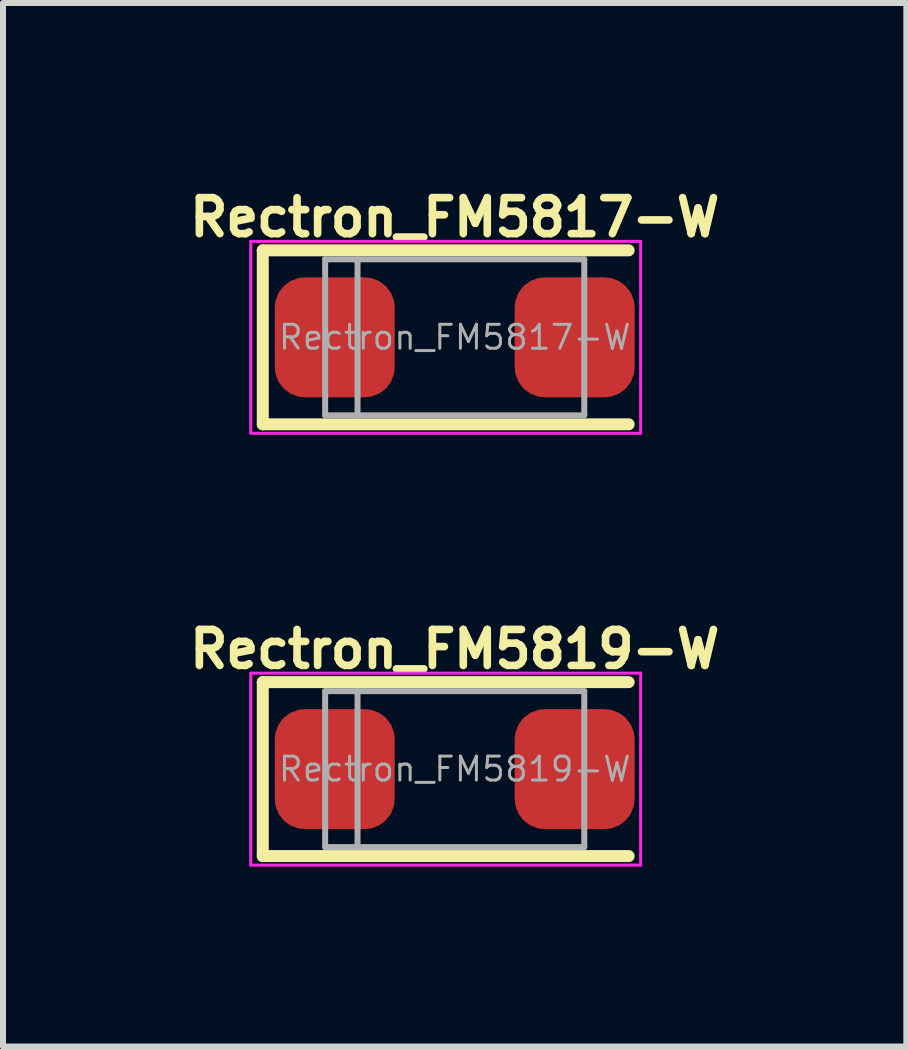
<source format=kicad_pcb>
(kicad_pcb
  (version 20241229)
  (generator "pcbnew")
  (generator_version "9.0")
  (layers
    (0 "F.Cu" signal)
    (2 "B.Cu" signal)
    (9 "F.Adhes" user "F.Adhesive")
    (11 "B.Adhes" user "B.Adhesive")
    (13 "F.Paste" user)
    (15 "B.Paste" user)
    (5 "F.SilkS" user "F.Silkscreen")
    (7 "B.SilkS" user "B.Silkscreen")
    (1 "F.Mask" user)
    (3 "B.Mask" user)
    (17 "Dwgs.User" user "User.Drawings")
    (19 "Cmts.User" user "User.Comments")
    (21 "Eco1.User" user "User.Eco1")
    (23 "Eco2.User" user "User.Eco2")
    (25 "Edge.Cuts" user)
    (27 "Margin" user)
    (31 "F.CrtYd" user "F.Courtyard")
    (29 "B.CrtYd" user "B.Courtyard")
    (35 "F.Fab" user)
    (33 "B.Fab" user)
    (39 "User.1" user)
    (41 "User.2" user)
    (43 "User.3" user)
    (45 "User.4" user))
  (footprint "Rectron_FM5819-W"
    (layer "F.Cu")
    (at 4.531 9.773)
    (property "Reference" "Rectron_FM5819-W" (at 0 -2 0) (layer "F.SilkS") (effects (font (size 0.6 0.6) (thickness 0.127))))
    (attr smd)
    (fp_line (start -3.2 -1.45) (end -3.2 1.45) (stroke (width 0.2) (type solid)) (layer "F.SilkS"))
    (fp_line (start -3.2 -1.45) (end 2.9 -1.45) (stroke (width 0.2) (type solid)) (layer "F.SilkS"))
    (fp_line (start -3.2 1.45) (end 2.9 1.45) (stroke (width 0.2) (type solid)) (layer "F.SilkS"))
    (fp_line (start -3.4 -1.6) (end 3.1 -1.6) (stroke (width 0.05) (type solid)) (layer "F.CrtYd"))
    (fp_line (start -3.4 1.6) (end -3.4 -1.6) (stroke (width 0.05) (type solid)) (layer "F.CrtYd"))
    (fp_line (start 3.1 -1.6) (end 3.1 1.6) (stroke (width 0.05) (type solid)) (layer "F.CrtYd"))
    (fp_line (start 3.1 1.6) (end -3.4 1.6) (stroke (width 0.05) (type solid)) (layer "F.CrtYd"))
    (fp_line (start -2.16 1.3) (end -2.16 -1.3) (stroke (width 0.1) (type solid)) (layer "F.Fab"))
    (fp_line (start -1.62 -1.3) (end -1.62 1.3) (stroke (width 0.1) (type solid)) (layer "F.Fab"))
    (fp_line (start 2.16 -1.3) (end -2.16 -1.3) (stroke (width 0.1) (type solid)) (layer "F.Fab"))
    (fp_line (start 2.16 -1.3) (end 2.16 1.3) (stroke (width 0.1) (type solid)) (layer "F.Fab"))
    (fp_line (start 2.16 1.3) (end -2.16 1.3) (stroke (width 0.1) (type solid)) (layer "F.Fab"))
    (fp_text user "${REFERENCE}" (at 0 0 0) (layer "F.Fab") (effects (font (size 0.4 0.4) (thickness 0.05))))
    (pad "1" smd roundrect (at 2 0) (size 2 2) (layers "F.Cu" "F.Mask" "F.Paste") (roundrect_rratio 0.25))
    (pad "2" smd roundrect (at -2 0) (size 2 2) (layers "F.Cu" "F.Mask" "F.Paste") (roundrect_rratio 0.25)))
  (footprint "Rectron_FM5817-W"
    (layer "F.Cu")
    (at 4.531 2.574)
    (property "Reference" "Rectron_FM5817-W" (at 0 -2 0) (layer "F.SilkS") (effects (font (size 0.6 0.6) (thickness 0.127))))
    (attr smd)
    (fp_line (start -3.2 -1.45) (end -3.2 1.45) (stroke (width 0.2) (type solid)) (layer "F.SilkS"))
    (fp_line (start -3.2 -1.45) (end 2.9 -1.45) (stroke (width 0.2) (type solid)) (layer "F.SilkS"))
    (fp_line (start -3.2 1.45) (end 2.9 1.45) (stroke (width 0.2) (type solid)) (layer "F.SilkS"))
    (fp_line (start -3.4 -1.6) (end 3.1 -1.6) (stroke (width 0.05) (type solid)) (layer "F.CrtYd"))
    (fp_line (start -3.4 1.6) (end -3.4 -1.6) (stroke (width 0.05) (type solid)) (layer "F.CrtYd"))
    (fp_line (start 3.1 -1.6) (end 3.1 1.6) (stroke (width 0.05) (type solid)) (layer "F.CrtYd"))
    (fp_line (start 3.1 1.6) (end -3.4 1.6) (stroke (width 0.05) (type solid)) (layer "F.CrtYd"))
    (fp_line (start -2.16 1.3) (end -2.16 -1.3) (stroke (width 0.1) (type solid)) (layer "F.Fab"))
    (fp_line (start -1.62 -1.3) (end -1.62 1.3) (stroke (width 0.1) (type solid)) (layer "F.Fab"))
    (fp_line (start 2.16 -1.3) (end -2.16 -1.3) (stroke (width 0.1) (type solid)) (layer "F.Fab"))
    (fp_line (start 2.16 -1.3) (end 2.16 1.3) (stroke (width 0.1) (type solid)) (layer "F.Fab"))
    (fp_line (start 2.16 1.3) (end -2.16 1.3) (stroke (width 0.1) (type solid)) (layer "F.Fab"))
    (fp_text user "${REFERENCE}" (at 0 0 0) (layer "F.Fab") (effects (font (size 0.4 0.4) (thickness 0.05))))
    (pad "1" smd roundrect (at 2 0) (size 2 2) (layers "F.Cu" "F.Mask" "F.Paste") (roundrect_rratio 0.25))
    (pad "2" smd roundrect (at -2 0) (size 2 2) (layers "F.Cu" "F.Mask" "F.Paste") (roundrect_rratio 0.25)))
  (gr_rect
    (start -3 -3)
    (end 12.061 14.398)
    (stroke (width 0.1) (type default))
    (fill no)
    (layer "Edge.Cuts")))
</source>
